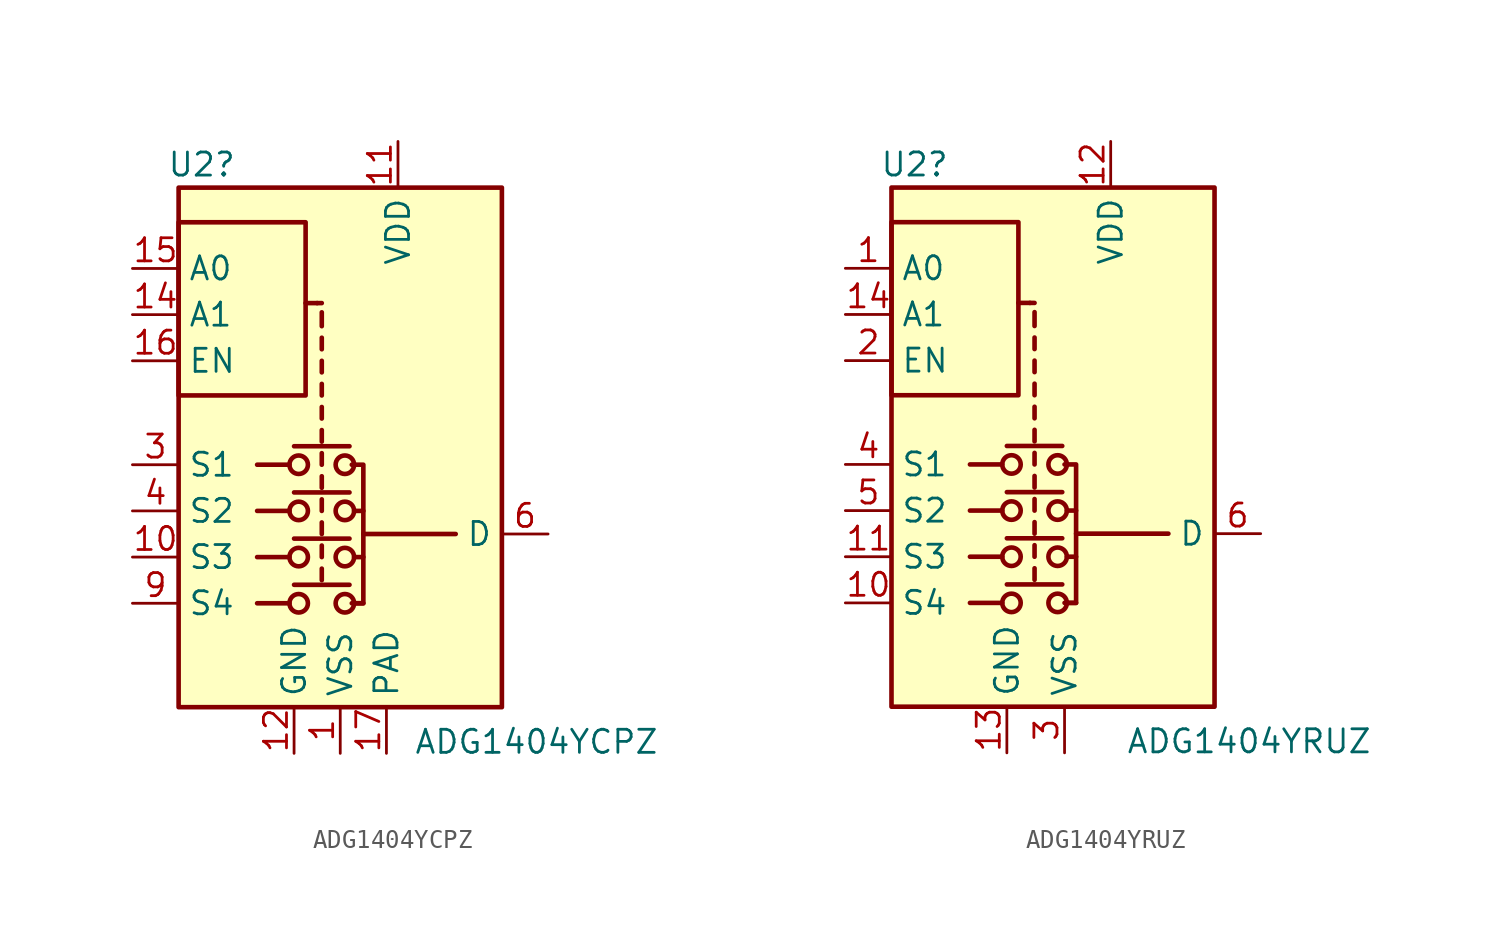
<source format=kicad_sym>
(kicad_symbol_lib
  (version 20220914)
  (generator kicad_symbol_editor)
  (symbol "ADG1404YCPZ"
    (property "Reference" "U2"
      (at -6.35 19.05 0)
      (effects (font (size 1.27 1.27))))
    (property "Value" "ADG1404YCPZ"
      (at 12.065 -12.7 0)
      (effects (font (size 1.27 1.27))))
    (symbol "ADG1404YCPZ_0_1"
      (rectangle (start -7.62 15.875) (end -0.635 6.35) (stroke (width 0.254) (type default)) (fill (type none)))
      (rectangle (start -7.62 17.78) (end 10.16 -10.795) (stroke (width 0.254) (type default)) (fill (type background)))
      (circle (center -1.016 -5.08) (radius 0.508) (stroke (width 0.254) (type default)) (fill (type none)))
      (circle (center -1.016 -2.54) (radius 0.508) (stroke (width 0.254) (type default)) (fill (type none)))
      (circle (center -1.016 0) (radius 0.508) (stroke (width 0.254) (type default)) (fill (type none)))
      (circle (center -1.016 2.54) (radius 0.508) (stroke (width 0.254) (type default)) (fill (type none)))
      (polyline (pts (xy -1.524 -5.08) (xy -3.302 -5.08)) (stroke (width 0.254) (type default)) (fill (type none)))
      (polyline (pts (xy -1.524 -2.54) (xy -3.302 -2.54)) (stroke (width 0.254) (type default)) (fill (type none)))
      (polyline (pts (xy -1.524 0) (xy -3.302 0)) (stroke (width 0.254) (type default)) (fill (type none)))
      (polyline (pts (xy -1.524 2.54) (xy -3.302 2.54)) (stroke (width 0.254) (type default)) (fill (type none)))
      (polyline (pts (xy -1.27 -4.064) (xy 1.778 -4.064)) (stroke (width 0.254) (type default)) (fill (type none)))
      (polyline (pts (xy -1.27 -1.524) (xy 1.778 -1.524)) (stroke (width 0.254) (type default)) (fill (type none)))
      (polyline (pts (xy -1.27 1.016) (xy 1.778 1.016)) (stroke (width 0.254) (type default)) (fill (type none)))
      (polyline (pts (xy -1.27 3.556) (xy 1.778 3.556)) (stroke (width 0.254) (type default)) (fill (type none)))
      (polyline (pts (xy -0.635 11.43) (xy 0 11.43)) (stroke (width 0.254) (type default)) (fill (type none)))
      (polyline (pts (xy 0.254 -3.81) (xy 0.254 -3.175)) (stroke (width 0.254) (type default)) (fill (type none)))
      (polyline (pts (xy 0.254 -2.54) (xy 0.254 -1.905)) (stroke (width 0.254) (type default)) (fill (type none)))
      (polyline (pts (xy 0.254 -1.27) (xy 0.254 -0.635)) (stroke (width 0.254) (type default)) (fill (type none)))
      (polyline (pts (xy 0.254 0) (xy 0.254 0.635)) (stroke (width 0.254) (type default)) (fill (type none)))
      (polyline (pts (xy 0.254 1.27) (xy 0.254 1.905)) (stroke (width 0.254) (type default)) (fill (type none)))
      (polyline (pts (xy 0.254 2.54) (xy 0.254 3.175)) (stroke (width 0.254) (type default)) (fill (type none)))
      (polyline (pts (xy 0.254 3.81) (xy 0.254 4.445)) (stroke (width 0.254) (type default)) (fill (type none)))
      (polyline (pts (xy 0.254 5.08) (xy 0.254 5.715)) (stroke (width 0.254) (type default)) (fill (type none)))
      (polyline (pts (xy 0.254 6.35) (xy 0.254 6.985)) (stroke (width 0.254) (type default)) (fill (type none)))
      (polyline (pts (xy 0.254 7.62) (xy 0.254 8.255)) (stroke (width 0.254) (type default)) (fill (type none)))
      (polyline (pts (xy 0.254 8.89) (xy 0.254 9.525)) (stroke (width 0.254) (type default)) (fill (type none)))
      (polyline (pts (xy 0.254 10.16) (xy 0.254 10.922)) (stroke (width 0.254) (type default)) (fill (type none)))
      (polyline (pts (xy 0.254 11.43) (xy 0 11.43)) (stroke (width 0.254) (type default)) (fill (type none)))
      (polyline (pts (xy 2.032 -5.08) (xy 2.54 -5.08)) (stroke (width 0.254) (type default)) (fill (type none)))
      (polyline (pts (xy 2.032 -2.54) (xy 2.54 -2.54)) (stroke (width 0.254) (type default)) (fill (type none)))
      (polyline (pts (xy 2.032 0) (xy 2.54 0)) (stroke (width 0.254) (type default)) (fill (type none)))
      (polyline (pts (xy 2.54 -1.27) (xy 7.62 -1.27)) (stroke (width 0.254) (type default)) (fill (type none)))
      (polyline (pts (xy 1.905 2.54) (xy 2.54 2.54) (xy 2.54 -5.08) (xy 1.905 -5.08)) (stroke (width 0.254) (type default)) (fill (type none)))
      (circle (center 1.524 -5.08) (radius 0.508) (stroke (width 0.254) (type default)) (fill (type none)))
      (circle (center 1.524 -2.54) (radius 0.508) (stroke (width 0.254) (type default)) (fill (type none)))
      (circle (center 1.524 0) (radius 0.508) (stroke (width 0.254) (type default)) (fill (type none)))
      (circle (center 1.524 2.54) (radius 0.508) (stroke (width 0.254) (type default)) (fill (type none))))
    (symbol "ADG1404YCPZ_1_0"
      (pin power_in line (at -1.27 -13.335 90) (length 2.54) (name "GND" (effects (font (size 1.27 1.27)))) (number "12" (effects (font (size 1.27 1.27)))))
      (pin power_in line (at 3.81 -13.335 90) (length 2.54) (name "PAD" (effects (font (size 1.27 1.27)))) (number "17" (effects (font (size 1.27 1.27))))))
    (symbol "ADG1404YCPZ_1_1"
      (pin power_in line (at 1.27 -13.335 90) (length 2.54) (name "VSS" (effects (font (size 1.27 1.27)))) (number "1" (effects (font (size 1.27 1.27)))))
      (pin bidirectional line (at -10.16 -2.54 0) (length 2.54) (name "S3" (effects (font (size 1.27 1.27)))) (number "10" (effects (font (size 1.27 1.27)))))
      (pin power_in line (at 4.445 20.32 270) (length 2.54) (name "VDD" (effects (font (size 1.27 1.27)))) (number "11" (effects (font (size 1.27 1.27)))))
      (pin no_connect line (at 12.7 3.175 180) (length 2.54) hide (name "NC" (effects (font (size 1.27 1.27)))) (number "13" (effects (font (size 1.27 1.27)))))
      (pin input line (at -10.16 10.795 0) (length 2.54) (name "A1" (effects (font (size 1.27 1.27)))) (number "14" (effects (font (size 1.27 1.27)))))
      (pin input line (at -10.16 13.335 0) (length 2.54) (name "A0" (effects (font (size 1.27 1.27)))) (number "15" (effects (font (size 1.27 1.27)))))
      (pin input line (at -10.16 8.255 0) (length 2.54) (name "EN" (effects (font (size 1.27 1.27)))) (number "16" (effects (font (size 1.27 1.27)))))
      (pin no_connect line (at 12.7 13.335 180) (length 2.54) hide (name "NC" (effects (font (size 1.27 1.27)))) (number "2" (effects (font (size 1.27 1.27)))))
      (pin bidirectional line (at -10.16 2.54 0) (length 2.54) (name "S1" (effects (font (size 1.27 1.27)))) (number "3" (effects (font (size 1.27 1.27)))))
      (pin bidirectional line (at -10.16 0 0) (length 2.54) (name "S2" (effects (font (size 1.27 1.27)))) (number "4" (effects (font (size 1.27 1.27)))))
      (pin no_connect line (at 12.7 10.795 180) (length 2.54) hide (name "NC" (effects (font (size 1.27 1.27)))) (number "5" (effects (font (size 1.27 1.27)))))
      (pin bidirectional line (at 12.7 -1.27 180) (length 2.54) (name "D" (effects (font (size 1.27 1.27)))) (number "6" (effects (font (size 1.27 1.27)))))
      (pin no_connect line (at 12.7 8.255 180) (length 2.54) hide (name "NC" (effects (font (size 1.27 1.27)))) (number "7" (effects (font (size 1.27 1.27)))))
      (pin no_connect line (at 12.7 5.715 180) (length 2.54) hide (name "NC" (effects (font (size 1.27 1.27)))) (number "8" (effects (font (size 1.27 1.27)))))
      (pin bidirectional line (at -10.16 -5.08 0) (length 2.54) (name "S4" (effects (font (size 1.27 1.27)))) (number "9" (effects (font (size 1.27 1.27)))))))
  (symbol "ADG1404YRUZ"
    (property "Reference" "U2"
      (at -6.35 19.05 0)
      (effects (font (size 1.27 1.27))))
    (property "Value" "ADG1404YRUZ"
      (at 12.065 -12.7 0)
      (effects (font (size 1.27 1.27))))
    (symbol "ADG1404YRUZ_0_1"
      (rectangle (start -7.62 15.875) (end -0.635 6.35) (stroke (width 0.254) (type default)) (fill (type none)))
      (circle (center -1.016 -5.08) (radius 0.508) (stroke (width 0.254) (type default)) (fill (type none)))
      (circle (center -1.016 -2.54) (radius 0.508) (stroke (width 0.254) (type default)) (fill (type none)))
      (circle (center -1.016 0) (radius 0.508) (stroke (width 0.254) (type default)) (fill (type none)))
      (circle (center -1.016 2.54) (radius 0.508) (stroke (width 0.254) (type default)) (fill (type none)))
      (polyline (pts (xy -1.524 -5.08) (xy -3.302 -5.08)) (stroke (width 0.254) (type default)) (fill (type none)))
      (polyline (pts (xy -1.524 -2.54) (xy -3.302 -2.54)) (stroke (width 0.254) (type default)) (fill (type none)))
      (polyline (pts (xy -1.524 0) (xy -3.302 0)) (stroke (width 0.254) (type default)) (fill (type none)))
      (polyline (pts (xy -1.524 2.54) (xy -3.302 2.54)) (stroke (width 0.254) (type default)) (fill (type none)))
      (polyline (pts (xy -1.27 -4.064) (xy 1.778 -4.064)) (stroke (width 0.254) (type default)) (fill (type none)))
      (polyline (pts (xy -1.27 -1.524) (xy 1.778 -1.524)) (stroke (width 0.254) (type default)) (fill (type none)))
      (polyline (pts (xy -1.27 1.016) (xy 1.778 1.016)) (stroke (width 0.254) (type default)) (fill (type none)))
      (polyline (pts (xy -1.27 3.556) (xy 1.778 3.556)) (stroke (width 0.254) (type default)) (fill (type none)))
      (polyline (pts (xy -0.635 11.43) (xy 0 11.43)) (stroke (width 0.254) (type default)) (fill (type none)))
      (polyline (pts (xy 0.254 -3.81) (xy 0.254 -3.175)) (stroke (width 0.254) (type default)) (fill (type none)))
      (polyline (pts (xy 0.254 -2.54) (xy 0.254 -1.905)) (stroke (width 0.254) (type default)) (fill (type none)))
      (polyline (pts (xy 0.254 -1.27) (xy 0.254 -0.635)) (stroke (width 0.254) (type default)) (fill (type none)))
      (polyline (pts (xy 0.254 0) (xy 0.254 0.635)) (stroke (width 0.254) (type default)) (fill (type none)))
      (polyline (pts (xy 0.254 1.27) (xy 0.254 1.905)) (stroke (width 0.254) (type default)) (fill (type none)))
      (polyline (pts (xy 0.254 2.54) (xy 0.254 3.175)) (stroke (width 0.254) (type default)) (fill (type none)))
      (polyline (pts (xy 0.254 3.81) (xy 0.254 4.445)) (stroke (width 0.254) (type default)) (fill (type none)))
      (polyline (pts (xy 0.254 5.08) (xy 0.254 5.715)) (stroke (width 0.254) (type default)) (fill (type none)))
      (polyline (pts (xy 0.254 6.35) (xy 0.254 6.985)) (stroke (width 0.254) (type default)) (fill (type none)))
      (polyline (pts (xy 0.254 7.62) (xy 0.254 8.255)) (stroke (width 0.254) (type default)) (fill (type none)))
      (polyline (pts (xy 0.254 8.89) (xy 0.254 9.525)) (stroke (width 0.254) (type default)) (fill (type none)))
      (polyline (pts (xy 0.254 10.16) (xy 0.254 10.922)) (stroke (width 0.254) (type default)) (fill (type none)))
      (polyline (pts (xy 0.254 11.43) (xy 0 11.43)) (stroke (width 0.254) (type default)) (fill (type none)))
      (polyline (pts (xy 2.032 -5.08) (xy 2.54 -5.08)) (stroke (width 0.254) (type default)) (fill (type none)))
      (polyline (pts (xy 2.032 -2.54) (xy 2.54 -2.54)) (stroke (width 0.254) (type default)) (fill (type none)))
      (polyline (pts (xy 2.032 0) (xy 2.54 0)) (stroke (width 0.254) (type default)) (fill (type none)))
      (polyline (pts (xy 2.54 -1.27) (xy 7.62 -1.27)) (stroke (width 0.254) (type default)) (fill (type none)))
      (polyline (pts (xy 1.905 2.54) (xy 2.54 2.54) (xy 2.54 -5.08) (xy 1.905 -5.08)) (stroke (width 0.254) (type default)) (fill (type none)))
      (circle (center 1.524 -5.08) (radius 0.508) (stroke (width 0.254) (type default)) (fill (type none)))
      (circle (center 1.524 -2.54) (radius 0.508) (stroke (width 0.254) (type default)) (fill (type none)))
      (circle (center 1.524 0) (radius 0.508) (stroke (width 0.254) (type default)) (fill (type none)))
      (circle (center 1.524 2.54) (radius 0.508) (stroke (width 0.254) (type default)) (fill (type none))))
    (symbol "ADG1404YRUZ_1_0"
      (pin power_in line (at -1.27 -13.335 90) (length 2.54) (name "GND" (effects (font (size 1.27 1.27)))) (number "13" (effects (font (size 1.27 1.27))))))
    (symbol "ADG1404YRUZ_1_1"
      (rectangle (start -7.62 17.78) (end 10.16 -10.795) (stroke (width 0.254) (type default)) (fill (type background)))
      (pin input line (at -10.16 13.335 0) (length 2.54) (name "A0" (effects (font (size 1.27 1.27)))) (number "1" (effects (font (size 1.27 1.27)))))
      (pin bidirectional line (at -10.16 -5.08 0) (length 2.54) (name "S4" (effects (font (size 1.27 1.27)))) (number "10" (effects (font (size 1.27 1.27)))))
      (pin bidirectional line (at -10.16 -2.54 0) (length 2.54) (name "S3" (effects (font (size 1.27 1.27)))) (number "11" (effects (font (size 1.27 1.27)))))
      (pin power_in line (at 4.445 20.32 270) (length 2.54) (name "VDD" (effects (font (size 1.27 1.27)))) (number "12" (effects (font (size 1.27 1.27)))))
      (pin input line (at -10.16 10.795 0) (length 2.54) (name "A1" (effects (font (size 1.27 1.27)))) (number "14" (effects (font (size 1.27 1.27)))))
      (pin input line (at -10.16 8.255 0) (length 2.54) (name "EN" (effects (font (size 1.27 1.27)))) (number "2" (effects (font (size 1.27 1.27)))))
      (pin power_in line (at 1.905 -13.335 90) (length 2.54) (name "VSS" (effects (font (size 1.27 1.27)))) (number "3" (effects (font (size 1.27 1.27)))))
      (pin bidirectional line (at -10.16 2.54 0) (length 2.54) (name "S1" (effects (font (size 1.27 1.27)))) (number "4" (effects (font (size 1.27 1.27)))))
      (pin bidirectional line (at -10.16 0 0) (length 2.54) (name "S2" (effects (font (size 1.27 1.27)))) (number "5" (effects (font (size 1.27 1.27)))))
      (pin bidirectional line (at 12.7 -1.27 180) (length 2.54) (name "D" (effects (font (size 1.27 1.27)))) (number "6" (effects (font (size 1.27 1.27)))))
      (pin no_connect line (at 12.7 13.335 180) (length 2.54) hide (name "NC" (effects (font (size 1.27 1.27)))) (number "7" (effects (font (size 1.27 1.27)))))
      (pin no_connect line (at 12.7 10.795 180) (length 2.54) hide (name "NC" (effects (font (size 1.27 1.27)))) (number "8" (effects (font (size 1.27 1.27)))))
      (pin no_connect line (at 12.7 8.255 180) (length 2.54) hide (name "NC" (effects (font (size 1.27 1.27)))) (number "9" (effects (font (size 1.27 1.27))))))))
</source>
